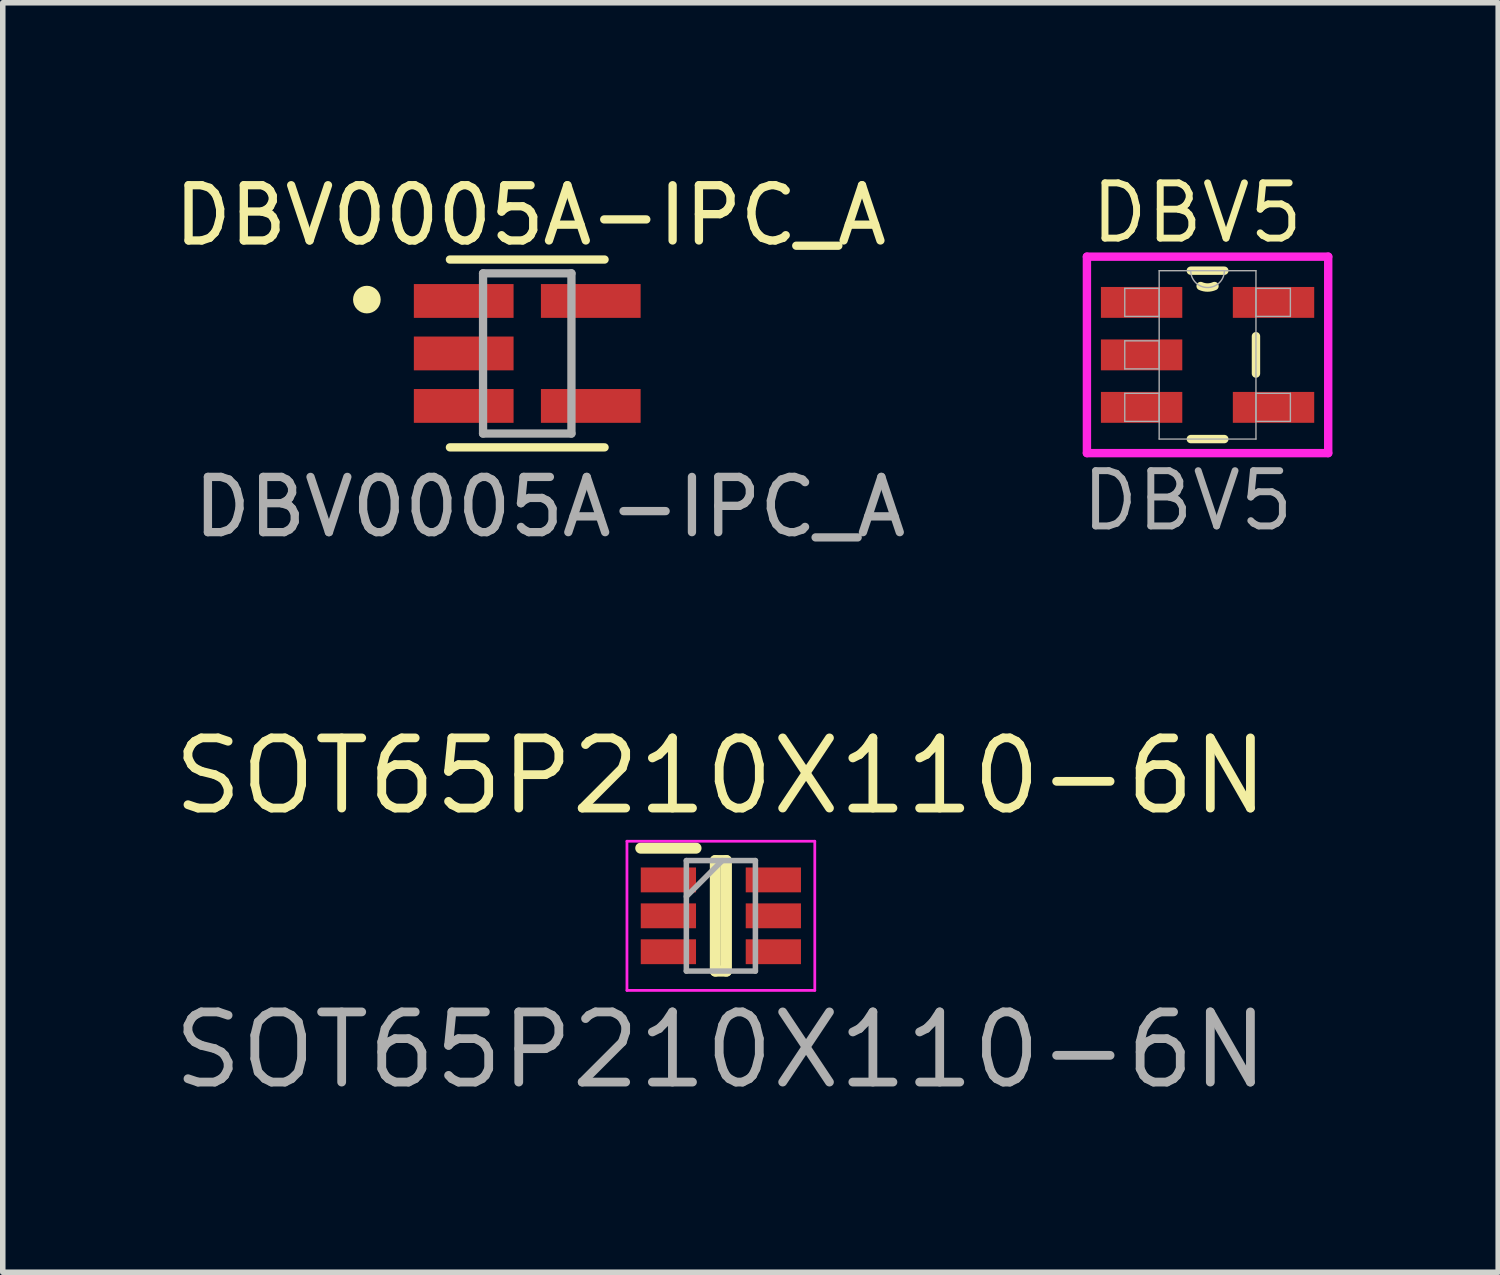
<source format=kicad_pcb>
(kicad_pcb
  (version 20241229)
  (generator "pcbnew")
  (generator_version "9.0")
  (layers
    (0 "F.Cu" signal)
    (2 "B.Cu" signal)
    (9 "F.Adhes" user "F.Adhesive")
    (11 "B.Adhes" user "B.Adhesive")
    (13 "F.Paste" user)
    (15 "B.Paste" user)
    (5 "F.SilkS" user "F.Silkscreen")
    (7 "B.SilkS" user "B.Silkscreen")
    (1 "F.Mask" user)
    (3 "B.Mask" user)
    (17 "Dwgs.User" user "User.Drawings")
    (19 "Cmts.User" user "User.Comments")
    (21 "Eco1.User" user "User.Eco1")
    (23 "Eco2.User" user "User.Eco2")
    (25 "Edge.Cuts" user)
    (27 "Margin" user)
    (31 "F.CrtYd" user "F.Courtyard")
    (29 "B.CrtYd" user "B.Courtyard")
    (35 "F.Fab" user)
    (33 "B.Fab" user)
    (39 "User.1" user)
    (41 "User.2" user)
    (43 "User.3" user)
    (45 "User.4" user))
  (footprint "DBV0005A-IPC_A"
    (layer "F.Cu")
    (at 6.494 3.348)
    (property "Reference" "DBV0005A-IPC_A" (at 0.06 -2.5 0) (unlocked yes) (layer "F.SilkS") (effects (font (size 1 1) (thickness 0.15))))
    (attr smd)
    (fp_line (start -1.4 -1.7) (end 1.4 -1.7) (stroke (width 0.15) (type solid)) (layer "F.SilkS"))
    (fp_line (start -1.4 1.7) (end 1.4 1.7) (stroke (width 0.15) (type solid)) (layer "F.SilkS"))
    (fp_circle (center -2.903 -0.975) (end -2.778 -0.975) (stroke (width 0.25) (type solid)) (fill no) (layer "F.SilkS"))
    (fp_line (start -0.8 -1.45) (end 0.8 -1.45) (stroke (width 0.15) (type solid)) (layer "F.Fab"))
    (fp_line (start -0.8 1.45) (end -0.8 -1.45) (stroke (width 0.15) (type solid)) (layer "F.Fab"))
    (fp_line (start -0.8 1.45) (end 0.8 1.45) (stroke (width 0.15) (type solid)) (layer "F.Fab"))
    (fp_line (start 0.8 1.45) (end 0.8 -1.45) (stroke (width 0.15) (type solid)) (layer "F.Fab"))
    (fp_text user "${REFERENCE}" (at 0.41 2.78 0) (unlocked yes) (layer "F.Fab") (effects (font (size 1 1) (thickness 0.15))))
    (pad "1" smd rect (at -1.15 -0.95) (size 1.805 0.612) (layers "F.Cu" "F.Mask" "F.Paste"))
    (pad "2" smd rect (at -1.15 0) (size 1.805 0.612) (layers "F.Cu" "F.Mask" "F.Paste"))
    (pad "3" smd rect (at -1.15 0.95) (size 1.805 0.612) (layers "F.Cu" "F.Mask" "F.Paste"))
    (pad "4" smd rect (at 1.15 0.95) (size 1.805 0.612) (layers "F.Cu" "F.Mask" "F.Paste"))
    (pad "5" smd rect (at 1.15 -0.95) (size 1.805 0.612) (layers "F.Cu" "F.Mask" "F.Paste")))
  (footprint "SOT65P210X110-6N"
    (layer "F.Cu")
    (at 9.999 13.528)
    (property "Reference" "SOT65P210X110-6N" (at 0 -2.53 0) (layer "F.SilkS") (effects (font (size 1.27 1.27) (thickness 0.159))))
    (attr smd)
    (fp_line (start -1.45 -1.225) (end -0.45 -1.225) (stroke (width 0.2) (type solid)) (layer "F.SilkS"))
    (fp_line (start -0.1 -1) (end 0.1 -1) (stroke (width 0.2) (type solid)) (layer "F.SilkS"))
    (fp_line (start -0.1 1) (end -0.1 -1) (stroke (width 0.2) (type solid)) (layer "F.SilkS"))
    (fp_line (start 0.1 -1) (end 0.1 1) (stroke (width 0.2) (type solid)) (layer "F.SilkS"))
    (fp_line (start 0.1 1) (end -0.1 1) (stroke (width 0.2) (type solid)) (layer "F.SilkS"))
    (fp_line (start -1.7 -1.35) (end 1.7 -1.35) (stroke (width 0.05) (type solid)) (layer "F.CrtYd"))
    (fp_line (start -1.7 1.35) (end -1.7 -1.35) (stroke (width 0.05) (type solid)) (layer "F.CrtYd"))
    (fp_line (start 1.7 -1.35) (end 1.7 1.35) (stroke (width 0.05) (type solid)) (layer "F.CrtYd"))
    (fp_line (start 1.7 1.35) (end -1.7 1.35) (stroke (width 0.05) (type solid)) (layer "F.CrtYd"))
    (fp_line (start -0.625 -1) (end 0.625 -1) (stroke (width 0.1) (type solid)) (layer "F.Fab"))
    (fp_line (start -0.625 -0.35) (end 0.025 -1) (stroke (width 0.1) (type solid)) (layer "F.Fab"))
    (fp_line (start -0.625 1) (end -0.625 -1) (stroke (width 0.1) (type solid)) (layer "F.Fab"))
    (fp_line (start 0.625 -1) (end 0.625 1) (stroke (width 0.1) (type solid)) (layer "F.Fab"))
    (fp_line (start 0.625 1) (end -0.625 1) (stroke (width 0.1) (type solid)) (layer "F.Fab"))
    (fp_text user "${REFERENCE}" (at 0 2.43 0) (layer "F.Fab") (effects (font (size 1.27 1.27) (thickness 0.159))))
    (pad "1" smd rect (at -0.95 -0.65 90) (size 0.45 1) (layers "F.Cu" "F.Mask" "F.Paste"))
    (pad "2" smd rect (at -0.95 0 90) (size 0.45 1) (layers "F.Cu" "F.Mask" "F.Paste"))
    (pad "3" smd rect (at -0.95 0.65 90) (size 0.45 1) (layers "F.Cu" "F.Mask" "F.Paste"))
    (pad "4" smd rect (at 0.95 0.65 90) (size 0.45 1) (layers "F.Cu" "F.Mask" "F.Paste"))
    (pad "5" smd rect (at 0.95 0 90) (size 0.45 1) (layers "F.Cu" "F.Mask" "F.Paste"))
    (pad "6" smd rect (at 0.95 -0.65 90) (size 0.45 1) (layers "F.Cu" "F.Mask" "F.Paste")))
  (footprint "DBV5"
    (layer "F.Cu")
    (at 18.809 3.374)
    (property "Reference" "DBV5" (at -0.19 -2.57 0) (unlocked yes) (layer "F.SilkS") (effects (font (size 1 1) (thickness 0.125))))
    (attr smd)
    (fp_line (start -0.303 1.524) (end 0.303 1.524) (stroke (width 0.152) (type solid)) (layer "F.SilkS"))
    (fp_line (start 0.303 -1.524) (end -0.303 -1.524) (stroke (width 0.152) (type solid)) (layer "F.SilkS"))
    (fp_line (start 0.876 0.338) (end 0.876 -0.338) (stroke (width 0.152) (type solid)) (layer "F.SilkS"))
    (fp_arc (start 0.124872 -1.245953) (mid 0 -1.2192) (end -0.124872 -1.245953) (stroke (width 0.1524) (type solid)) (layer "F.SilkS"))
    (fp_line (start -2.184 -1.778) (end 2.184 -1.778) (stroke (width 0.152) (type solid)) (layer "F.CrtYd"))
    (fp_line (start -2.184 1.778) (end -2.184 -1.778) (stroke (width 0.152) (type solid)) (layer "F.CrtYd"))
    (fp_line (start 2.184 -1.778) (end 2.184 1.778) (stroke (width 0.152) (type solid)) (layer "F.CrtYd"))
    (fp_line (start 2.184 1.778) (end -2.184 1.778) (stroke (width 0.152) (type solid)) (layer "F.CrtYd"))
    (fp_line (start -1.499 -1.204) (end -1.499 -0.696) (stroke (width 0.025) (type solid)) (layer "F.Fab"))
    (fp_line (start -1.499 -0.696) (end -0.876 -0.696) (stroke (width 0.025) (type solid)) (layer "F.Fab"))
    (fp_line (start -1.499 -0.254) (end -1.499 0.254) (stroke (width 0.025) (type solid)) (layer "F.Fab"))
    (fp_line (start -1.499 0.254) (end -0.876 0.254) (stroke (width 0.025) (type solid)) (layer "F.Fab"))
    (fp_line (start -1.499 0.696) (end -1.499 1.204) (stroke (width 0.025) (type solid)) (layer "F.Fab"))
    (fp_line (start -1.499 1.204) (end -0.876 1.204) (stroke (width 0.025) (type solid)) (layer "F.Fab"))
    (fp_line (start -0.876 -1.524) (end -0.876 1.524) (stroke (width 0.025) (type solid)) (layer "F.Fab"))
    (fp_line (start -0.876 -1.204) (end -1.499 -1.204) (stroke (width 0.025) (type solid)) (layer "F.Fab"))
    (fp_line (start -0.876 -0.696) (end -0.876 -1.204) (stroke (width 0.025) (type solid)) (layer "F.Fab"))
    (fp_line (start -0.876 -0.254) (end -1.499 -0.254) (stroke (width 0.025) (type solid)) (layer "F.Fab"))
    (fp_line (start -0.876 0.254) (end -0.876 -0.254) (stroke (width 0.025) (type solid)) (layer "F.Fab"))
    (fp_line (start -0.876 0.696) (end -1.499 0.696) (stroke (width 0.025) (type solid)) (layer "F.Fab"))
    (fp_line (start -0.876 1.204) (end -0.876 0.696) (stroke (width 0.025) (type solid)) (layer "F.Fab"))
    (fp_line (start -0.876 1.524) (end 0.876 1.524) (stroke (width 0.025) (type solid)) (layer "F.Fab"))
    (fp_line (start 0.876 -1.524) (end -0.876 -1.524) (stroke (width 0.025) (type solid)) (layer "F.Fab"))
    (fp_line (start 0.876 -1.204) (end 0.876 -0.696) (stroke (width 0.025) (type solid)) (layer "F.Fab"))
    (fp_line (start 0.876 -0.696) (end 1.499 -0.696) (stroke (width 0.025) (type solid)) (layer "F.Fab"))
    (fp_line (start 0.876 0.696) (end 0.876 1.204) (stroke (width 0.025) (type solid)) (layer "F.Fab"))
    (fp_line (start 0.876 1.204) (end 1.499 1.204) (stroke (width 0.025) (type solid)) (layer "F.Fab"))
    (fp_line (start 0.876 1.524) (end 0.876 -1.524) (stroke (width 0.025) (type solid)) (layer "F.Fab"))
    (fp_line (start 1.499 -1.204) (end 0.876 -1.204) (stroke (width 0.025) (type solid)) (layer "F.Fab"))
    (fp_line (start 1.499 -0.696) (end 1.499 -1.204) (stroke (width 0.025) (type solid)) (layer "F.Fab"))
    (fp_line (start 1.499 0.696) (end 0.876 0.696) (stroke (width 0.025) (type solid)) (layer "F.Fab"))
    (fp_line (start 1.499 1.204) (end 1.499 0.696) (stroke (width 0.025) (type solid)) (layer "F.Fab"))
    (fp_arc (start 0.3048 -1.524) (mid 0 -1.2192) (end -0.3048 -1.524) (stroke (width 0.0254) (type solid)) (layer "F.Fab"))
    (fp_text user "${REFERENCE}" (at -0.36 2.64 0) (unlocked yes) (layer "F.Fab") (effects (font (size 1 1) (thickness 0.125))))
    (pad "1" smd rect (at -1.194 -0.95) (size 1.473 0.559) (layers "F.Cu" "F.Mask" "F.Paste"))
    (pad "2" smd rect (at -1.194 0) (size 1.473 0.559) (layers "F.Cu" "F.Mask" "F.Paste"))
    (pad "3" smd rect (at -1.194 0.95) (size 1.473 0.559) (layers "F.Cu" "F.Mask" "F.Paste"))
    (pad "4" smd rect (at 1.194 0.95) (size 1.473 0.559) (layers "F.Cu" "F.Mask" "F.Paste"))
    (pad "5" smd rect (at 1.194 -0.95) (size 1.473 0.559) (layers "F.Cu" "F.Mask" "F.Paste")))
  (gr_rect
    (start -3 -3)
    (end 24.07 19.98)
    (stroke (width 0.1) (type default))
    (fill no)
    (layer "Edge.Cuts")))
</source>
